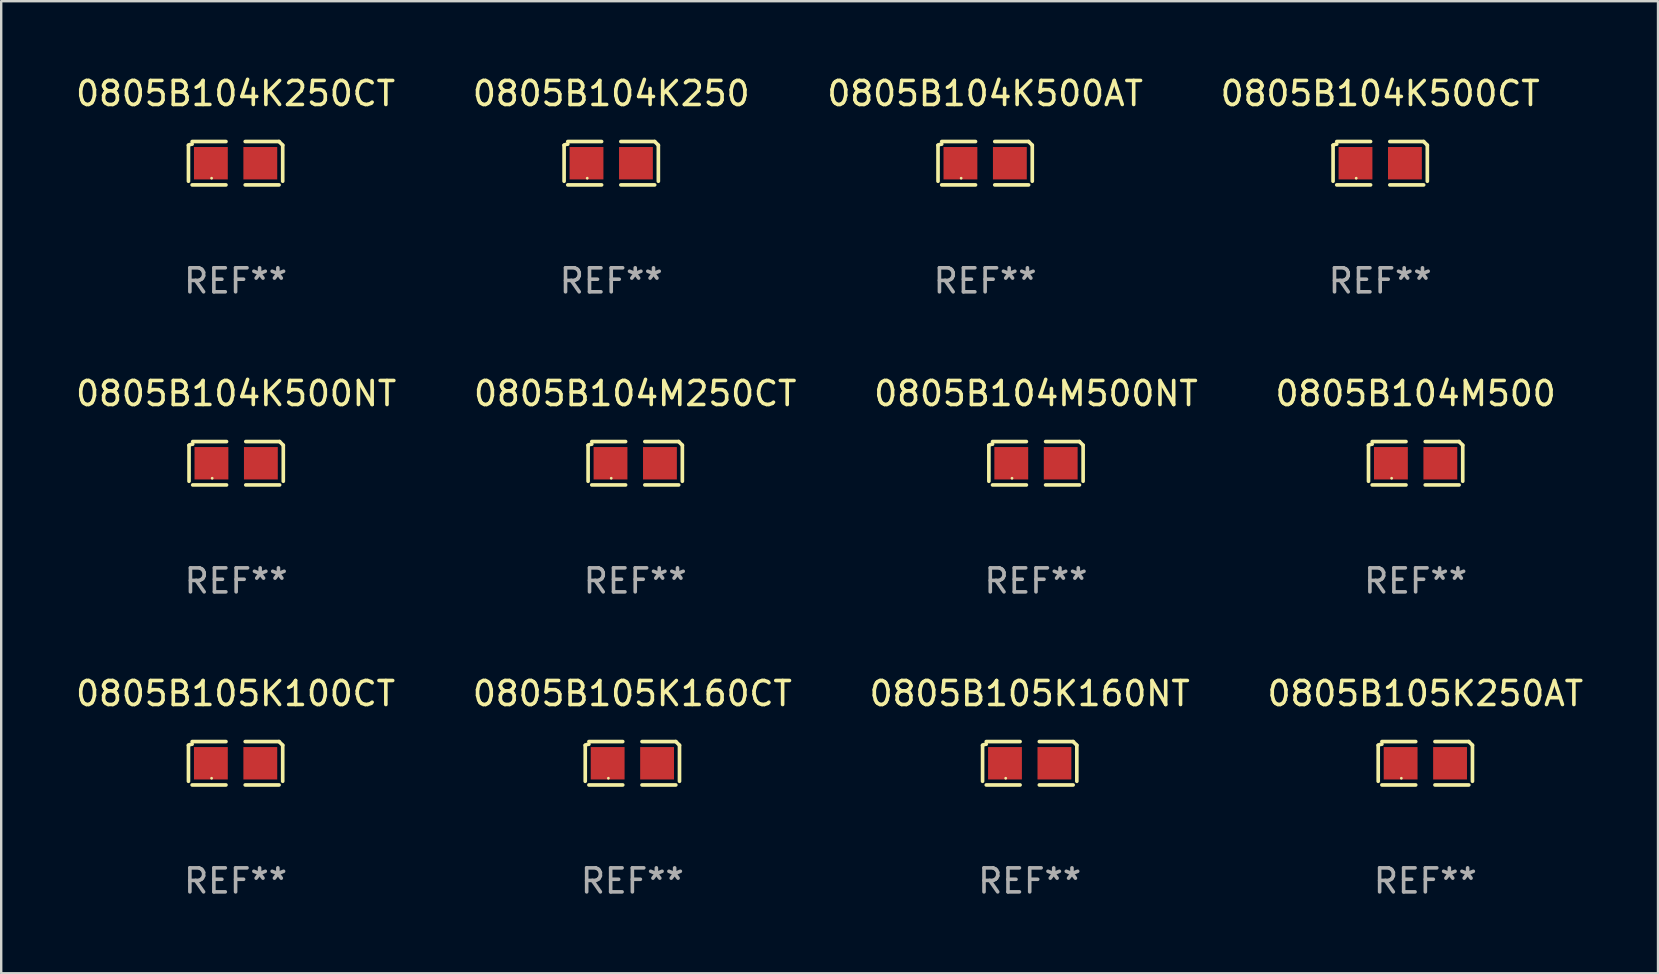
<source format=kicad_pcb>
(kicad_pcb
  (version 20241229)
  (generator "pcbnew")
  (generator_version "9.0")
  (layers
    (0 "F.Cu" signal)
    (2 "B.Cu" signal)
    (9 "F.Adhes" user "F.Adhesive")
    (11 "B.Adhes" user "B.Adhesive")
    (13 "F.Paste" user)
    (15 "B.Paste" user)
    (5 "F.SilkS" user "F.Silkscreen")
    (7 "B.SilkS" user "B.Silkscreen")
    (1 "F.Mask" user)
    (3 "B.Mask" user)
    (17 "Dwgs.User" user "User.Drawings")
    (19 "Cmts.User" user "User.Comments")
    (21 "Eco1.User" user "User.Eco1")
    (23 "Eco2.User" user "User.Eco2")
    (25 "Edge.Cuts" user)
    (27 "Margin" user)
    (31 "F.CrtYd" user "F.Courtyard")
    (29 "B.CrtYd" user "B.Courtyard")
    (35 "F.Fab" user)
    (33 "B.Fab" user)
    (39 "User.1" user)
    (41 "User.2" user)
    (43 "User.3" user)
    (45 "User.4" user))
  (footprint "0805B104K500AT"
    (layer "F.Cu")
    (at 38.006 3.752)
    (property "Reference" "0805B104K500AT" (at 0 -2.904 0) (layer "F.SilkS") (effects (font (size 1 1) (thickness 0.15))))
    (attr through_hole)
    (fp_line (start -1.964 0.751) (end -1.964 -0.751) (stroke (width 0.152) (type solid)) (layer "F.SilkS"))
    (fp_line (start -1.811 -0.904) (end -0.401 -0.904) (stroke (width 0.152) (type solid)) (layer "F.SilkS"))
    (fp_line (start -0.401 0.904) (end -1.811 0.904) (stroke (width 0.152) (type solid)) (layer "F.SilkS"))
    (fp_line (start 0.401 0.904) (end 1.811 0.904) (stroke (width 0.152) (type solid)) (layer "F.SilkS"))
    (fp_line (start 1.811 -0.904) (end 0.401 -0.904) (stroke (width 0.152) (type solid)) (layer "F.SilkS"))
    (fp_line (start 1.964 0.751) (end 1.964 -0.751) (stroke (width 0.152) (type solid)) (layer "F.SilkS"))
    (fp_arc (start -1.963602 -0.751207) (mid -1.890354 -0.783131) (end -1.811201 -0.794044) (stroke (width 0.1524) (type solid)) (layer "F.SilkS"))
    (fp_arc (start 1.811202 -0.903607) (mid 1.887413 -0.827418) (end 1.963602 -0.751207) (stroke (width 0.1524) (type solid)) (layer "F.SilkS"))
    (fp_circle (center -1 0.625) (end -0.97 0.625) (stroke (width 0.06) (type solid)) (fill no) (layer "F.SilkS"))
    (fp_text user "REF**" (at 0 4.904 0) (layer "F.Fab") (effects (font (size 1 1) (thickness 0.15))))
    (pad "1" smd rect (at -1.03 0) (size 1.41 1.35) (layers "F.Cu" "F.Mask" "F.Paste"))
    (pad "2" smd rect (at 1.03 0) (size 1.41 1.35) (layers "F.Cu" "F.Mask" "F.Paste")))
  (footprint "0805B104M500"
    (layer "F.Cu")
    (at 55.946 16.256)
    (property "Reference" "0805B104M500" (at 0 -2.904 0) (layer "F.SilkS") (effects (font (size 1 1) (thickness 0.15))))
    (attr through_hole)
    (fp_line (start -1.964 0.751) (end -1.964 -0.751) (stroke (width 0.152) (type solid)) (layer "F.SilkS"))
    (fp_line (start -1.811 -0.904) (end -0.401 -0.904) (stroke (width 0.152) (type solid)) (layer "F.SilkS"))
    (fp_line (start -0.401 0.904) (end -1.811 0.904) (stroke (width 0.152) (type solid)) (layer "F.SilkS"))
    (fp_line (start 0.401 0.904) (end 1.811 0.904) (stroke (width 0.152) (type solid)) (layer "F.SilkS"))
    (fp_line (start 1.811 -0.904) (end 0.401 -0.904) (stroke (width 0.152) (type solid)) (layer "F.SilkS"))
    (fp_line (start 1.964 0.751) (end 1.964 -0.751) (stroke (width 0.152) (type solid)) (layer "F.SilkS"))
    (fp_arc (start -1.963602 -0.751207) (mid -1.890354 -0.783131) (end -1.811201 -0.794044) (stroke (width 0.1524) (type solid)) (layer "F.SilkS"))
    (fp_arc (start 1.811202 -0.903607) (mid 1.887413 -0.827418) (end 1.963602 -0.751207) (stroke (width 0.1524) (type solid)) (layer "F.SilkS"))
    (fp_circle (center -1 0.625) (end -0.97 0.625) (stroke (width 0.06) (type solid)) (fill no) (layer "F.SilkS"))
    (fp_text user "REF**" (at 0 4.904 0) (layer "F.Fab") (effects (font (size 1 1) (thickness 0.15))))
    (pad "1" smd rect (at -1.03 0) (size 1.41 1.35) (layers "F.Cu" "F.Mask" "F.Paste"))
    (pad "2" smd rect (at 1.03 0) (size 1.41 1.35) (layers "F.Cu" "F.Mask" "F.Paste")))
  (footprint "0805B104K250CT"
    (layer "F.Cu")
    (at 6.768 3.752)
    (property "Reference" "0805B104K250CT" (at 0 -2.904 0) (layer "F.SilkS") (effects (font (size 1 1) (thickness 0.15))))
    (attr through_hole)
    (fp_line (start -1.964 0.751) (end -1.964 -0.751) (stroke (width 0.152) (type solid)) (layer "F.SilkS"))
    (fp_line (start -1.811 -0.904) (end -0.401 -0.904) (stroke (width 0.152) (type solid)) (layer "F.SilkS"))
    (fp_line (start -0.401 0.904) (end -1.811 0.904) (stroke (width 0.152) (type solid)) (layer "F.SilkS"))
    (fp_line (start 0.401 0.904) (end 1.811 0.904) (stroke (width 0.152) (type solid)) (layer "F.SilkS"))
    (fp_line (start 1.811 -0.904) (end 0.401 -0.904) (stroke (width 0.152) (type solid)) (layer "F.SilkS"))
    (fp_line (start 1.964 0.751) (end 1.964 -0.751) (stroke (width 0.152) (type solid)) (layer "F.SilkS"))
    (fp_arc (start -1.963602 -0.751207) (mid -1.890354 -0.783131) (end -1.811201 -0.794044) (stroke (width 0.1524) (type solid)) (layer "F.SilkS"))
    (fp_arc (start 1.811202 -0.903607) (mid 1.887413 -0.827418) (end 1.963602 -0.751207) (stroke (width 0.1524) (type solid)) (layer "F.SilkS"))
    (fp_circle (center -1 0.625) (end -0.97 0.625) (stroke (width 0.06) (type solid)) (fill no) (layer "F.SilkS"))
    (fp_text user "REF**" (at 0 4.904 0) (layer "F.Fab") (effects (font (size 1 1) (thickness 0.15))))
    (pad "1" smd rect (at -1.03 0) (size 1.41 1.35) (layers "F.Cu" "F.Mask" "F.Paste"))
    (pad "2" smd rect (at 1.03 0) (size 1.41 1.35) (layers "F.Cu" "F.Mask" "F.Paste")))
  (footprint "0805B104M250CT"
    (layer "F.Cu")
    (at 23.423 16.256)
    (property "Reference" "0805B104M250CT" (at 0 -2.904 0) (layer "F.SilkS") (effects (font (size 1 1) (thickness 0.15))))
    (attr through_hole)
    (fp_line (start -1.964 0.751) (end -1.964 -0.751) (stroke (width 0.152) (type solid)) (layer "F.SilkS"))
    (fp_line (start -1.811 -0.904) (end -0.401 -0.904) (stroke (width 0.152) (type solid)) (layer "F.SilkS"))
    (fp_line (start -0.401 0.904) (end -1.811 0.904) (stroke (width 0.152) (type solid)) (layer "F.SilkS"))
    (fp_line (start 0.401 0.904) (end 1.811 0.904) (stroke (width 0.152) (type solid)) (layer "F.SilkS"))
    (fp_line (start 1.811 -0.904) (end 0.401 -0.904) (stroke (width 0.152) (type solid)) (layer "F.SilkS"))
    (fp_line (start 1.964 0.751) (end 1.964 -0.751) (stroke (width 0.152) (type solid)) (layer "F.SilkS"))
    (fp_arc (start -1.963602 -0.751207) (mid -1.890354 -0.783131) (end -1.811201 -0.794044) (stroke (width 0.1524) (type solid)) (layer "F.SilkS"))
    (fp_arc (start 1.811202 -0.903607) (mid 1.887413 -0.827418) (end 1.963602 -0.751207) (stroke (width 0.1524) (type solid)) (layer "F.SilkS"))
    (fp_circle (center -1 0.625) (end -0.97 0.625) (stroke (width 0.06) (type solid)) (fill no) (layer "F.SilkS"))
    (fp_text user "REF**" (at 0 4.904 0) (layer "F.Fab") (effects (font (size 1 1) (thickness 0.15))))
    (pad "1" smd rect (at -1.03 0) (size 1.41 1.35) (layers "F.Cu" "F.Mask" "F.Paste"))
    (pad "2" smd rect (at 1.03 0) (size 1.41 1.35) (layers "F.Cu" "F.Mask" "F.Paste")))
  (footprint "0805B105K250AT"
    (layer "F.Cu")
    (at 56.351 28.759)
    (property "Reference" "0805B105K250AT" (at 0 -2.904 0) (layer "F.SilkS") (effects (font (size 1 1) (thickness 0.15))))
    (attr through_hole)
    (fp_line (start -1.964 0.751) (end -1.964 -0.751) (stroke (width 0.152) (type solid)) (layer "F.SilkS"))
    (fp_line (start -1.811 -0.904) (end -0.401 -0.904) (stroke (width 0.152) (type solid)) (layer "F.SilkS"))
    (fp_line (start -0.401 0.904) (end -1.811 0.904) (stroke (width 0.152) (type solid)) (layer "F.SilkS"))
    (fp_line (start 0.401 0.904) (end 1.811 0.904) (stroke (width 0.152) (type solid)) (layer "F.SilkS"))
    (fp_line (start 1.811 -0.904) (end 0.401 -0.904) (stroke (width 0.152) (type solid)) (layer "F.SilkS"))
    (fp_line (start 1.964 0.751) (end 1.964 -0.751) (stroke (width 0.152) (type solid)) (layer "F.SilkS"))
    (fp_arc (start -1.963602 -0.751207) (mid -1.890354 -0.783131) (end -1.811201 -0.794044) (stroke (width 0.1524) (type solid)) (layer "F.SilkS"))
    (fp_arc (start 1.811202 -0.903607) (mid 1.887413 -0.827418) (end 1.963602 -0.751207) (stroke (width 0.1524) (type solid)) (layer "F.SilkS"))
    (fp_circle (center -1 0.625) (end -0.97 0.625) (stroke (width 0.06) (type solid)) (fill no) (layer "F.SilkS"))
    (fp_text user "REF**" (at 0 4.904 0) (layer "F.Fab") (effects (font (size 1 1) (thickness 0.15))))
    (pad "1" smd rect (at -1.03 0) (size 1.41 1.35) (layers "F.Cu" "F.Mask" "F.Paste"))
    (pad "2" smd rect (at 1.03 0) (size 1.41 1.35) (layers "F.Cu" "F.Mask" "F.Paste")))
  (footprint "0805B104K500NT"
    (layer "F.Cu")
    (at 6.792 16.256)
    (property "Reference" "0805B104K500NT" (at 0 -2.904 0) (layer "F.SilkS") (effects (font (size 1 1) (thickness 0.15))))
    (attr through_hole)
    (fp_line (start -1.964 0.751) (end -1.964 -0.751) (stroke (width 0.152) (type solid)) (layer "F.SilkS"))
    (fp_line (start -1.811 -0.904) (end -0.401 -0.904) (stroke (width 0.152) (type solid)) (layer "F.SilkS"))
    (fp_line (start -0.401 0.904) (end -1.811 0.904) (stroke (width 0.152) (type solid)) (layer "F.SilkS"))
    (fp_line (start 0.401 0.904) (end 1.811 0.904) (stroke (width 0.152) (type solid)) (layer "F.SilkS"))
    (fp_line (start 1.811 -0.904) (end 0.401 -0.904) (stroke (width 0.152) (type solid)) (layer "F.SilkS"))
    (fp_line (start 1.964 0.751) (end 1.964 -0.751) (stroke (width 0.152) (type solid)) (layer "F.SilkS"))
    (fp_arc (start -1.963602 -0.751207) (mid -1.890354 -0.783131) (end -1.811201 -0.794044) (stroke (width 0.1524) (type solid)) (layer "F.SilkS"))
    (fp_arc (start 1.811202 -0.903607) (mid 1.887413 -0.827418) (end 1.963602 -0.751207) (stroke (width 0.1524) (type solid)) (layer "F.SilkS"))
    (fp_circle (center -1 0.625) (end -0.97 0.625) (stroke (width 0.06) (type solid)) (fill no) (layer "F.SilkS"))
    (fp_text user "REF**" (at 0 4.904 0) (layer "F.Fab") (effects (font (size 1 1) (thickness 0.15))))
    (pad "1" smd rect (at -1.03 0) (size 1.41 1.35) (layers "F.Cu" "F.Mask" "F.Paste"))
    (pad "2" smd rect (at 1.03 0) (size 1.41 1.35) (layers "F.Cu" "F.Mask" "F.Paste")))
  (footprint "0805B105K160NT"
    (layer "F.Cu")
    (at 39.863 28.759)
    (property "Reference" "0805B105K160NT" (at 0 -2.904 0) (layer "F.SilkS") (effects (font (size 1 1) (thickness 0.15))))
    (attr through_hole)
    (fp_line (start -1.964 0.751) (end -1.964 -0.751) (stroke (width 0.152) (type solid)) (layer "F.SilkS"))
    (fp_line (start -1.811 -0.904) (end -0.401 -0.904) (stroke (width 0.152) (type solid)) (layer "F.SilkS"))
    (fp_line (start -0.401 0.904) (end -1.811 0.904) (stroke (width 0.152) (type solid)) (layer "F.SilkS"))
    (fp_line (start 0.401 0.904) (end 1.811 0.904) (stroke (width 0.152) (type solid)) (layer "F.SilkS"))
    (fp_line (start 1.811 -0.904) (end 0.401 -0.904) (stroke (width 0.152) (type solid)) (layer "F.SilkS"))
    (fp_line (start 1.964 0.751) (end 1.964 -0.751) (stroke (width 0.152) (type solid)) (layer "F.SilkS"))
    (fp_arc (start -1.963602 -0.751207) (mid -1.890354 -0.783131) (end -1.811201 -0.794044) (stroke (width 0.1524) (type solid)) (layer "F.SilkS"))
    (fp_arc (start 1.811202 -0.903607) (mid 1.887413 -0.827418) (end 1.963602 -0.751207) (stroke (width 0.1524) (type solid)) (layer "F.SilkS"))
    (fp_circle (center -1 0.625) (end -0.97 0.625) (stroke (width 0.06) (type solid)) (fill no) (layer "F.SilkS"))
    (fp_text user "REF**" (at 0 4.904 0) (layer "F.Fab") (effects (font (size 1 1) (thickness 0.15))))
    (pad "1" smd rect (at -1.03 0) (size 1.41 1.35) (layers "F.Cu" "F.Mask" "F.Paste"))
    (pad "2" smd rect (at 1.03 0) (size 1.41 1.35) (layers "F.Cu" "F.Mask" "F.Paste")))
  (footprint "0805B105K100CT"
    (layer "F.Cu")
    (at 6.768 28.759)
    (property "Reference" "0805B105K100CT" (at 0 -2.904 0) (layer "F.SilkS") (effects (font (size 1 1) (thickness 0.15))))
    (attr through_hole)
    (fp_line (start -1.964 0.751) (end -1.964 -0.751) (stroke (width 0.152) (type solid)) (layer "F.SilkS"))
    (fp_line (start -1.811 -0.904) (end -0.401 -0.904) (stroke (width 0.152) (type solid)) (layer "F.SilkS"))
    (fp_line (start -0.401 0.904) (end -1.811 0.904) (stroke (width 0.152) (type solid)) (layer "F.SilkS"))
    (fp_line (start 0.401 0.904) (end 1.811 0.904) (stroke (width 0.152) (type solid)) (layer "F.SilkS"))
    (fp_line (start 1.811 -0.904) (end 0.401 -0.904) (stroke (width 0.152) (type solid)) (layer "F.SilkS"))
    (fp_line (start 1.964 0.751) (end 1.964 -0.751) (stroke (width 0.152) (type solid)) (layer "F.SilkS"))
    (fp_arc (start -1.963602 -0.751207) (mid -1.890354 -0.783131) (end -1.811201 -0.794044) (stroke (width 0.1524) (type solid)) (layer "F.SilkS"))
    (fp_arc (start 1.811202 -0.903607) (mid 1.887413 -0.827418) (end 1.963602 -0.751207) (stroke (width 0.1524) (type solid)) (layer "F.SilkS"))
    (fp_circle (center -1 0.625) (end -0.97 0.625) (stroke (width 0.06) (type solid)) (fill no) (layer "F.SilkS"))
    (fp_text user "REF**" (at 0 4.904 0) (layer "F.Fab") (effects (font (size 1 1) (thickness 0.15))))
    (pad "1" smd rect (at -1.03 0) (size 1.41 1.35) (layers "F.Cu" "F.Mask" "F.Paste"))
    (pad "2" smd rect (at 1.03 0) (size 1.41 1.35) (layers "F.Cu" "F.Mask" "F.Paste")))
  (footprint "0805B104K250"
    (layer "F.Cu")
    (at 22.423 3.752)
    (property "Reference" "0805B104K250" (at 0 -2.904 0) (layer "F.SilkS") (effects (font (size 1 1) (thickness 0.15))))
    (attr through_hole)
    (fp_line (start -1.964 0.751) (end -1.964 -0.751) (stroke (width 0.152) (type solid)) (layer "F.SilkS"))
    (fp_line (start -1.811 -0.904) (end -0.401 -0.904) (stroke (width 0.152) (type solid)) (layer "F.SilkS"))
    (fp_line (start -0.401 0.904) (end -1.811 0.904) (stroke (width 0.152) (type solid)) (layer "F.SilkS"))
    (fp_line (start 0.401 0.904) (end 1.811 0.904) (stroke (width 0.152) (type solid)) (layer "F.SilkS"))
    (fp_line (start 1.811 -0.904) (end 0.401 -0.904) (stroke (width 0.152) (type solid)) (layer "F.SilkS"))
    (fp_line (start 1.964 0.751) (end 1.964 -0.751) (stroke (width 0.152) (type solid)) (layer "F.SilkS"))
    (fp_arc (start -1.963602 -0.751207) (mid -1.890354 -0.783131) (end -1.811201 -0.794044) (stroke (width 0.1524) (type solid)) (layer "F.SilkS"))
    (fp_arc (start 1.811202 -0.903607) (mid 1.887413 -0.827418) (end 1.963602 -0.751207) (stroke (width 0.1524) (type solid)) (layer "F.SilkS"))
    (fp_circle (center -1 0.625) (end -0.97 0.625) (stroke (width 0.06) (type solid)) (fill no) (layer "F.SilkS"))
    (fp_text user "REF**" (at 0 4.904 0) (layer "F.Fab") (effects (font (size 1 1) (thickness 0.15))))
    (pad "1" smd rect (at -1.03 0) (size 1.41 1.35) (layers "F.Cu" "F.Mask" "F.Paste"))
    (pad "2" smd rect (at 1.03 0) (size 1.41 1.35) (layers "F.Cu" "F.Mask" "F.Paste")))
  (footprint "0805B105K160CT"
    (layer "F.Cu")
    (at 23.304 28.759)
    (property "Reference" "0805B105K160CT" (at 0 -2.904 0) (layer "F.SilkS") (effects (font (size 1 1) (thickness 0.15))))
    (attr through_hole)
    (fp_line (start -1.964 0.751) (end -1.964 -0.751) (stroke (width 0.152) (type solid)) (layer "F.SilkS"))
    (fp_line (start -1.811 -0.904) (end -0.401 -0.904) (stroke (width 0.152) (type solid)) (layer "F.SilkS"))
    (fp_line (start -0.401 0.904) (end -1.811 0.904) (stroke (width 0.152) (type solid)) (layer "F.SilkS"))
    (fp_line (start 0.401 0.904) (end 1.811 0.904) (stroke (width 0.152) (type solid)) (layer "F.SilkS"))
    (fp_line (start 1.811 -0.904) (end 0.401 -0.904) (stroke (width 0.152) (type solid)) (layer "F.SilkS"))
    (fp_line (start 1.964 0.751) (end 1.964 -0.751) (stroke (width 0.152) (type solid)) (layer "F.SilkS"))
    (fp_arc (start -1.963602 -0.751207) (mid -1.890354 -0.783131) (end -1.811201 -0.794044) (stroke (width 0.1524) (type solid)) (layer "F.SilkS"))
    (fp_arc (start 1.811202 -0.903607) (mid 1.887413 -0.827418) (end 1.963602 -0.751207) (stroke (width 0.1524) (type solid)) (layer "F.SilkS"))
    (fp_circle (center -1 0.625) (end -0.97 0.625) (stroke (width 0.06) (type solid)) (fill no) (layer "F.SilkS"))
    (fp_text user "REF**" (at 0 4.904 0) (layer "F.Fab") (effects (font (size 1 1) (thickness 0.15))))
    (pad "1" smd rect (at -1.03 0) (size 1.41 1.35) (layers "F.Cu" "F.Mask" "F.Paste"))
    (pad "2" smd rect (at 1.03 0) (size 1.41 1.35) (layers "F.Cu" "F.Mask" "F.Paste")))
  (footprint "0805B104M500NT"
    (layer "F.Cu")
    (at 40.125 16.256)
    (property "Reference" "0805B104M500NT" (at 0 -2.904 0) (layer "F.SilkS") (effects (font (size 1 1) (thickness 0.15))))
    (attr through_hole)
    (fp_line (start -1.964 0.751) (end -1.964 -0.751) (stroke (width 0.152) (type solid)) (layer "F.SilkS"))
    (fp_line (start -1.811 -0.904) (end -0.401 -0.904) (stroke (width 0.152) (type solid)) (layer "F.SilkS"))
    (fp_line (start -0.401 0.904) (end -1.811 0.904) (stroke (width 0.152) (type solid)) (layer "F.SilkS"))
    (fp_line (start 0.401 0.904) (end 1.811 0.904) (stroke (width 0.152) (type solid)) (layer "F.SilkS"))
    (fp_line (start 1.811 -0.904) (end 0.401 -0.904) (stroke (width 0.152) (type solid)) (layer "F.SilkS"))
    (fp_line (start 1.964 0.751) (end 1.964 -0.751) (stroke (width 0.152) (type solid)) (layer "F.SilkS"))
    (fp_arc (start -1.963602 -0.751207) (mid -1.890354 -0.783131) (end -1.811201 -0.794044) (stroke (width 0.1524) (type solid)) (layer "F.SilkS"))
    (fp_arc (start 1.811202 -0.903607) (mid 1.887413 -0.827418) (end 1.963602 -0.751207) (stroke (width 0.1524) (type solid)) (layer "F.SilkS"))
    (fp_circle (center -1 0.625) (end -0.97 0.625) (stroke (width 0.06) (type solid)) (fill no) (layer "F.SilkS"))
    (fp_text user "REF**" (at 0 4.904 0) (layer "F.Fab") (effects (font (size 1 1) (thickness 0.15))))
    (pad "1" smd rect (at -1.03 0) (size 1.41 1.35) (layers "F.Cu" "F.Mask" "F.Paste"))
    (pad "2" smd rect (at 1.03 0) (size 1.41 1.35) (layers "F.Cu" "F.Mask" "F.Paste")))
  (footprint "0805B104K500CT"
    (layer "F.Cu")
    (at 54.47 3.752)
    (property "Reference" "0805B104K500CT" (at 0 -2.904 0) (layer "F.SilkS") (effects (font (size 1 1) (thickness 0.15))))
    (attr through_hole)
    (fp_line (start -1.964 0.751) (end -1.964 -0.751) (stroke (width 0.152) (type solid)) (layer "F.SilkS"))
    (fp_line (start -1.811 -0.904) (end -0.401 -0.904) (stroke (width 0.152) (type solid)) (layer "F.SilkS"))
    (fp_line (start -0.401 0.904) (end -1.811 0.904) (stroke (width 0.152) (type solid)) (layer "F.SilkS"))
    (fp_line (start 0.401 0.904) (end 1.811 0.904) (stroke (width 0.152) (type solid)) (layer "F.SilkS"))
    (fp_line (start 1.811 -0.904) (end 0.401 -0.904) (stroke (width 0.152) (type solid)) (layer "F.SilkS"))
    (fp_line (start 1.964 0.751) (end 1.964 -0.751) (stroke (width 0.152) (type solid)) (layer "F.SilkS"))
    (fp_arc (start -1.963602 -0.751207) (mid -1.890354 -0.783131) (end -1.811201 -0.794044) (stroke (width 0.1524) (type solid)) (layer "F.SilkS"))
    (fp_arc (start 1.811202 -0.903607) (mid 1.887413 -0.827418) (end 1.963602 -0.751207) (stroke (width 0.1524) (type solid)) (layer "F.SilkS"))
    (fp_circle (center -1 0.625) (end -0.97 0.625) (stroke (width 0.06) (type solid)) (fill no) (layer "F.SilkS"))
    (fp_text user "REF**" (at 0 4.904 0) (layer "F.Fab") (effects (font (size 1 1) (thickness 0.15))))
    (pad "1" smd rect (at -1.03 0) (size 1.41 1.35) (layers "F.Cu" "F.Mask" "F.Paste"))
    (pad "2" smd rect (at 1.03 0) (size 1.41 1.35) (layers "F.Cu" "F.Mask" "F.Paste")))
  (gr_rect
    (start -3 -3)
    (end 66.048 37.511)
    (stroke (width 0.1) (type default))
    (fill no)
    (layer "Edge.Cuts")))
</source>
